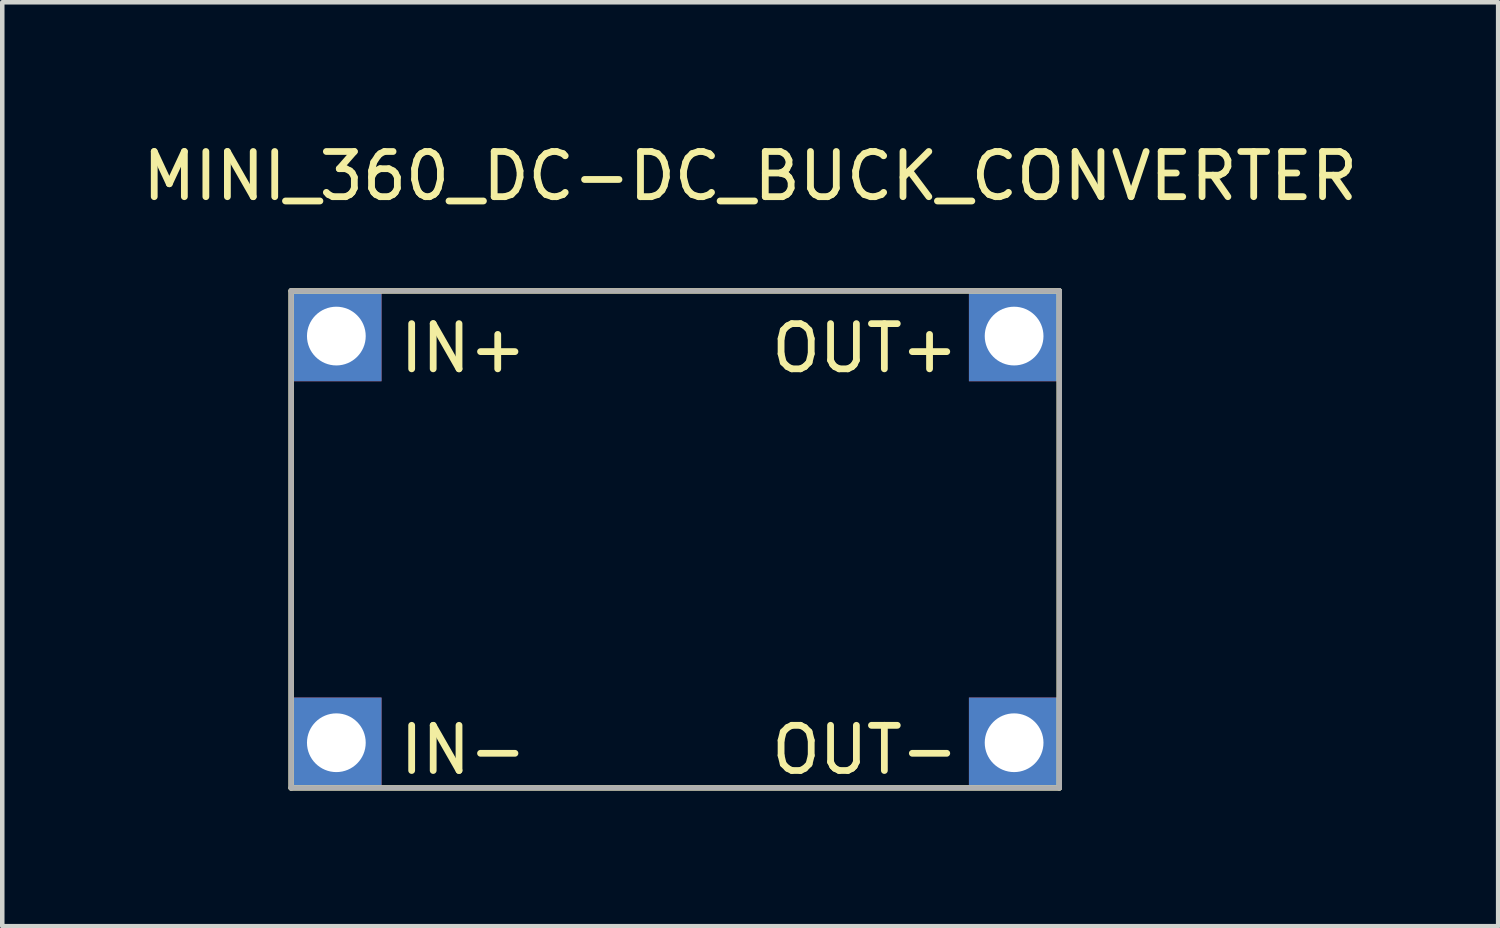
<source format=kicad_pcb>
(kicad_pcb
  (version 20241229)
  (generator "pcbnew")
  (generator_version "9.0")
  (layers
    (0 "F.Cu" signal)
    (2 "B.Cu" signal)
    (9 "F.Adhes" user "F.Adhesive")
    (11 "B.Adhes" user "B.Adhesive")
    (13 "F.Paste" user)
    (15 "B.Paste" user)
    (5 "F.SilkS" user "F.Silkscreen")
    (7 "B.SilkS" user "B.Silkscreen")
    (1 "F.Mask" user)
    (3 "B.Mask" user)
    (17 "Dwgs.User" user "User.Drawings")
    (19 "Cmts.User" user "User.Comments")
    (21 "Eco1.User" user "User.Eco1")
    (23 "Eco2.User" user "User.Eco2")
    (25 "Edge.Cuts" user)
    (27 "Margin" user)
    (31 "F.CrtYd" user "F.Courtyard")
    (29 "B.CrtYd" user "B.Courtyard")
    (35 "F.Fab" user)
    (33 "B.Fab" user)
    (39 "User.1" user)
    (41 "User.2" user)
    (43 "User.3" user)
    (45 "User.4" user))
  (footprint "MINI_360_DC-DC_BUCK_CONVERTER"
    (layer "F.Cu")
    (at 3.394 3.388)
    (property "Reference" "MINI_360_DC-DC_BUCK_CONVERTER" (at 10.16 -2.54 0) (layer "F.SilkS") (effects (font (size 1 1) (thickness 0.15))))
    (attr through_hole)
    (fp_line (start 0 0) (end 17 0) (stroke (width 0.12) (type solid)) (layer "F.SilkS"))
    (fp_line (start 0 11) (end 0 0) (stroke (width 0.12) (type solid)) (layer "F.SilkS"))
    (fp_line (start 17 0) (end 17 11) (stroke (width 0.12) (type solid)) (layer "F.SilkS"))
    (fp_line (start 17 11) (end 0 11) (stroke (width 0.12) (type solid)) (layer "F.SilkS"))
    (fp_line (start 0 0) (end 17 0) (stroke (width 0.12) (type solid)) (layer "F.Fab"))
    (fp_line (start 0 11) (end 0 0) (stroke (width 0.12) (type solid)) (layer "F.Fab"))
    (fp_line (start 17 0) (end 17 11) (stroke (width 0.12) (type solid)) (layer "F.Fab"))
    (fp_line (start 17 11) (end 0 11) (stroke (width 0.12) (type solid)) (layer "F.Fab"))
    (fp_text user "OUT-" (at 12.7 10.16 0) (layer "F.SilkS") (effects (font (size 1 1) (thickness 0.15))))
    (fp_text user "IN+" (at 3.81 1.27 0) (layer "F.SilkS") (effects (font (size 1 1) (thickness 0.15))))
    (fp_text user "OUT+" (at 12.7 1.27 0) (layer "F.SilkS") (effects (font (size 1 1) (thickness 0.15))))
    (fp_text user "IN-" (at 3.81 10.16 0) (layer "F.SilkS") (effects (font (size 1 1) (thickness 0.15))))
    (pad "1" thru_hole rect (at 1 1) (size 2 2) (drill 1.3) (layers "*.Cu" "*.Mask"))
    (pad "2" thru_hole rect (at 1 10) (size 2 2) (drill 1.3) (layers "*.Cu" "*.Mask"))
    (pad "3" thru_hole rect (at 16 1) (size 2 2) (drill 1.3) (layers "*.Cu" "*.Mask"))
    (pad "4" thru_hole rect (at 16 10) (size 2 2) (drill 1.3) (layers "*.Cu" "*.Mask")))
  (gr_rect
    (start -3 -3)
    (end 30.107 17.448)
    (stroke (width 0.1) (type default))
    (fill no)
    (layer "Edge.Cuts")))
</source>
